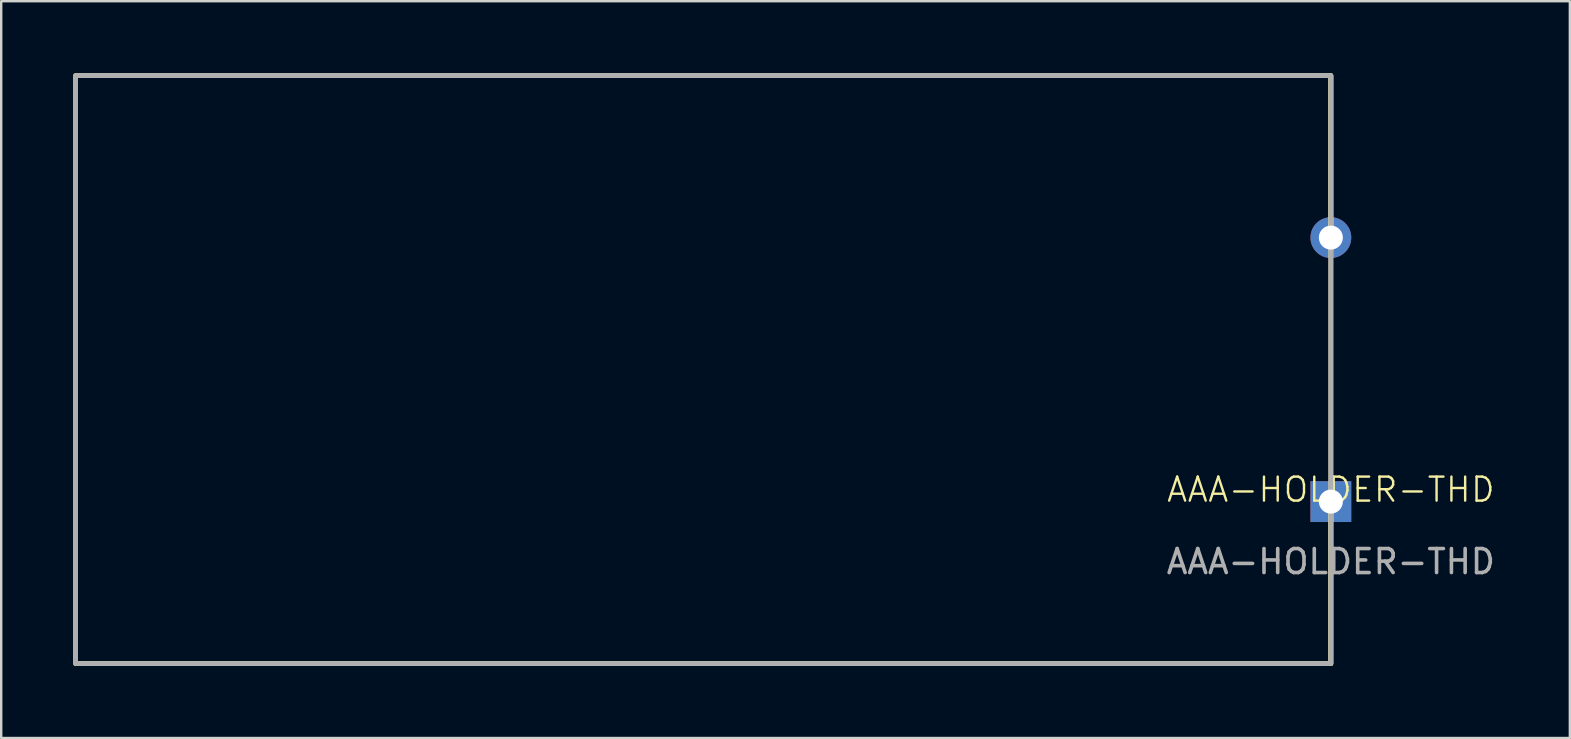
<source format=kicad_pcb>
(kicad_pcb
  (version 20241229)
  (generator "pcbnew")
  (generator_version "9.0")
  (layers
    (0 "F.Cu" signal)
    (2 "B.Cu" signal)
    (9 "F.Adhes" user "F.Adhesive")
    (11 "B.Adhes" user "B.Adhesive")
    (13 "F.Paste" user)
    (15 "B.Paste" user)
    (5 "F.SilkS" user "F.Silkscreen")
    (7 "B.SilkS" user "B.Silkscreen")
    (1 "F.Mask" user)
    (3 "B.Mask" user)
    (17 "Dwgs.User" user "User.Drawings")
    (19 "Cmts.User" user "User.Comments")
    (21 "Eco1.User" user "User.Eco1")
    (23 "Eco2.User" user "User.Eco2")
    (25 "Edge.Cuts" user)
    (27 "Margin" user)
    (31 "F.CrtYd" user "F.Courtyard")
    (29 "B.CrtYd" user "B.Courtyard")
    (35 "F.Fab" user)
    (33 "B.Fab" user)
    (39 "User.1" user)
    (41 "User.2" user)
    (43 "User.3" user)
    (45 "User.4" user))
  (footprint "AAA-HOLDER-THD"
    (layer "F.Cu")
    (at 52.4 17.85)
    (property "Reference" "AAA-HOLDER-THD" (at 0 -0.5 0) (unlocked yes) (layer "F.SilkS") (effects (font (size 1 1) (thickness 0.1))))
    (attr through_hole)
    (fp_line (start 0 -11) (end 0 -17.75) (stroke (width 0.2) (type default)) (layer "F.SilkS"))
    (fp_line (start 0 0) (end 0 6.75) (stroke (width 0.2) (type default)) (layer "F.SilkS"))
    (fp_rect (start -52.3 -17.75) (end 0 6.75) (stroke (width 0.2) (type default)) (fill no) (layer "F.SilkS"))
    (fp_rect (start -52.3 -17.75) (end 0 6.75) (stroke (width 0.2) (type default)) (fill no) (layer "F.Fab"))
    (fp_text user "${REFERENCE}" (at 0 2.5 0) (unlocked yes) (layer "F.Fab") (effects (font (size 1 1) (thickness 0.15))))
    (pad "1" thru_hole rect (at 0 0) (size 1.7 1.7) (drill 1) (layers "*.Cu" "*.Mask"))
    (pad "2" thru_hole circle (at 0 -11) (size 1.7 1.7) (drill 1) (layers "*.Cu" "*.Mask")))
  (gr_rect
    (start -3 -3)
    (end 62.358 27.7)
    (stroke (width 0.1) (type default))
    (fill no)
    (layer "Edge.Cuts")))
</source>
